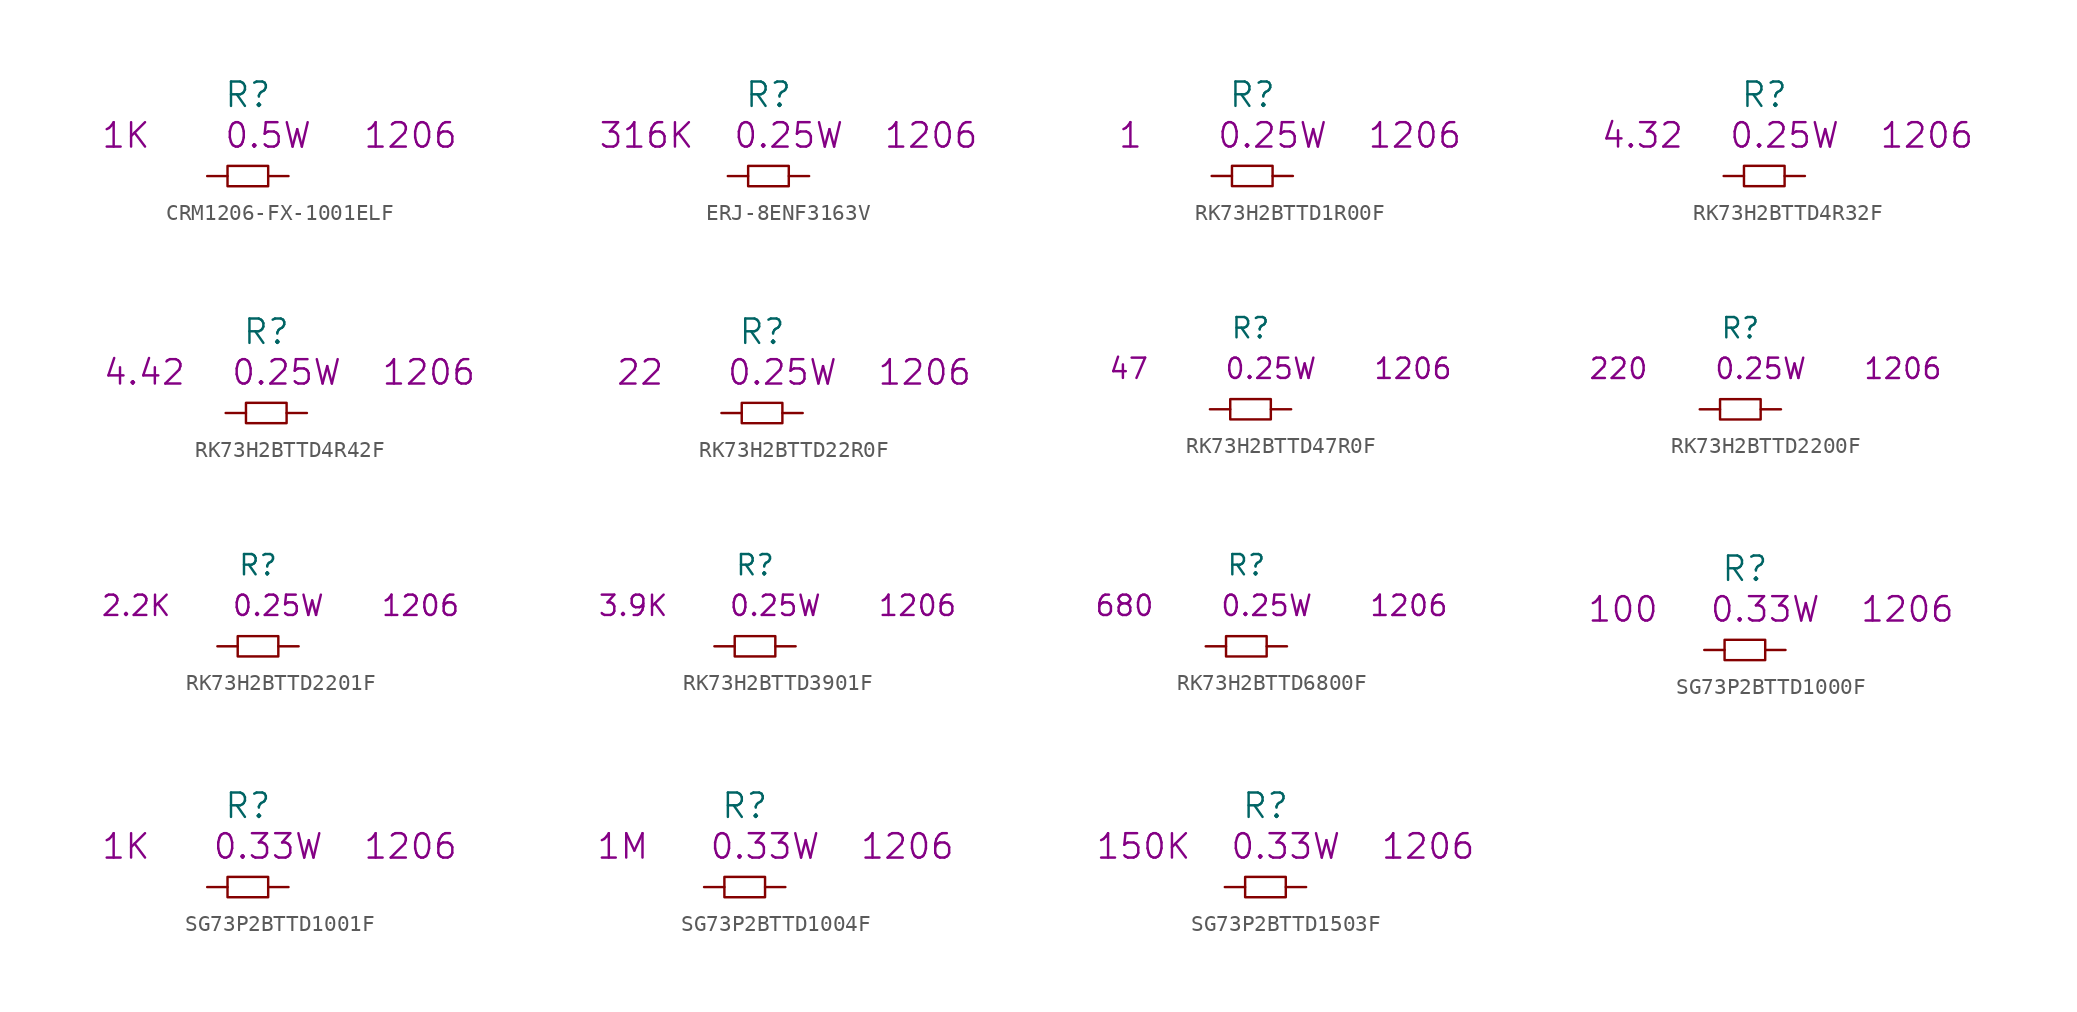
<source format=kicad_sym>
(kicad_symbol_lib
  (version 20220914)
  (generator kicad_symbol_editor)
  (symbol "CRM1206-FX-1001ELF"
    (pin_numbers hide)
    (pin_names
      (offset 1.016) hide)
    (property "Reference" "R"
      (at 0 5.08 0)
      (effects (font (size 1.524 1.524))))
    (property "Datasheet" ""
      (at 0 5.08 0)
      (effects (font (size 1.524 1.524))))
    (property "Value2" "1K"
      (at -7.62 2.54 0)
      (effects (font (size 1.524 1.524))))
    (property "Size" "1206"
      (at 10.16 2.54 0)
      (effects (font (size 1.524 1.524))))
    (property "Rating" "0.5W"
      (at 1.27 2.54 0)
      (effects (font (size 1.524 1.524))))
    (symbol "CRM1206-FX-1001ELF_0_1"
      (rectangle (start -1.27 0.635) (end 1.27 -0.635) (stroke (width 0) (type solid)) (fill (type none))))
    (symbol "CRM1206-FX-1001ELF_1_1"
      (pin passive line (at -2.54 0 0) (length 1.27) (name "1" (effects (font (size 1.27 1.27)))) (number "1" (effects (font (size 1.27 1.27)))))
      (pin passive line (at 2.54 0 180) (length 1.27) (name "2" (effects (font (size 1.27 1.27)))) (number "2" (effects (font (size 1.27 1.27)))))))
  (symbol "ERJ-8ENF3163V"
    (pin_numbers hide)
    (pin_names
      (offset 1.016) hide)
    (property "Reference" "R"
      (at 0 5.08 0)
      (effects (font (size 1.524 1.524))))
    (property "Datasheet" ""
      (at 0 5.08 0)
      (effects (font (size 1.524 1.524))))
    (property "Value2" "316K"
      (at -7.62 2.54 0)
      (effects (font (size 1.524 1.524))))
    (property "Size" "1206"
      (at 10.16 2.54 0)
      (effects (font (size 1.524 1.524))))
    (property "Rating" "0.25W"
      (at 1.27 2.54 0)
      (effects (font (size 1.524 1.524))))
    (symbol "ERJ-8ENF3163V_0_1"
      (rectangle (start -1.27 0.635) (end 1.27 -0.635) (stroke (width 0) (type solid)) (fill (type none))))
    (symbol "ERJ-8ENF3163V_1_1"
      (pin passive line (at -2.54 0 0) (length 1.27) (name "1" (effects (font (size 1.27 1.27)))) (number "1" (effects (font (size 1.27 1.27)))))
      (pin passive line (at 2.54 0 180) (length 1.27) (name "2" (effects (font (size 1.27 1.27)))) (number "2" (effects (font (size 1.27 1.27)))))))
  (symbol "RK73H2BTTD1R00F"
    (pin_numbers hide)
    (pin_names
      (offset 1.016) hide)
    (property "Reference" "R"
      (at 0 5.08 0)
      (effects (font (size 1.524 1.524))))
    (property "Datasheet" ""
      (at 0 5.08 0)
      (effects (font (size 1.524 1.524))))
    (property "Value2" "1"
      (at -7.62 2.54 0)
      (effects (font (size 1.524 1.524))))
    (property "Size" "1206"
      (at 10.16 2.54 0)
      (effects (font (size 1.524 1.524))))
    (property "Rating" "0.25W"
      (at 1.27 2.54 0)
      (effects (font (size 1.524 1.524))))
    (symbol "RK73H2BTTD1R00F_0_1"
      (rectangle (start -1.27 0.635) (end 1.27 -0.635) (stroke (width 0) (type solid)) (fill (type none))))
    (symbol "RK73H2BTTD1R00F_1_1"
      (pin passive line (at -2.54 0 0) (length 1.27) (name "1" (effects (font (size 1.27 1.27)))) (number "1" (effects (font (size 1.27 1.27)))))
      (pin passive line (at 2.54 0 180) (length 1.27) (name "2" (effects (font (size 1.27 1.27)))) (number "2" (effects (font (size 1.27 1.27)))))))
  (symbol "RK73H2BTTD4R32F"
    (pin_numbers hide)
    (pin_names
      (offset 1.016) hide)
    (property "Reference" "R"
      (at 0 5.08 0)
      (effects (font (size 1.524 1.524))))
    (property "Datasheet" ""
      (at 0 5.08 0)
      (effects (font (size 1.524 1.524))))
    (property "Value2" "4.32"
      (at -7.62 2.54 0)
      (effects (font (size 1.524 1.524))))
    (property "Size" "1206"
      (at 10.16 2.54 0)
      (effects (font (size 1.524 1.524))))
    (property "Rating" "0.25W"
      (at 1.27 2.54 0)
      (effects (font (size 1.524 1.524))))
    (symbol "RK73H2BTTD4R32F_0_1"
      (rectangle (start -1.27 0.635) (end 1.27 -0.635) (stroke (width 0) (type solid)) (fill (type none))))
    (symbol "RK73H2BTTD4R32F_1_1"
      (pin passive line (at -2.54 0 0) (length 1.27) (name "1" (effects (font (size 1.27 1.27)))) (number "1" (effects (font (size 1.27 1.27)))))
      (pin passive line (at 2.54 0 180) (length 1.27) (name "2" (effects (font (size 1.27 1.27)))) (number "2" (effects (font (size 1.27 1.27)))))))
  (symbol "RK73H2BTTD4R42F"
    (pin_numbers hide)
    (pin_names
      (offset 1.016) hide)
    (property "Reference" "R"
      (at 0 5.08 0)
      (effects (font (size 1.524 1.524))))
    (property "Datasheet" ""
      (at 0 5.08 0)
      (effects (font (size 1.524 1.524))))
    (property "Value2" "4.42"
      (at -7.62 2.54 0)
      (effects (font (size 1.524 1.524))))
    (property "Size" "1206"
      (at 10.16 2.54 0)
      (effects (font (size 1.524 1.524))))
    (property "Rating" "0.25W"
      (at 1.27 2.54 0)
      (effects (font (size 1.524 1.524))))
    (symbol "RK73H2BTTD4R42F_0_1"
      (rectangle (start -1.27 0.635) (end 1.27 -0.635) (stroke (width 0) (type solid)) (fill (type none))))
    (symbol "RK73H2BTTD4R42F_1_1"
      (pin passive line (at -2.54 0 0) (length 1.27) (name "1" (effects (font (size 1.27 1.27)))) (number "1" (effects (font (size 1.27 1.27)))))
      (pin passive line (at 2.54 0 180) (length 1.27) (name "2" (effects (font (size 1.27 1.27)))) (number "2" (effects (font (size 1.27 1.27)))))))
  (symbol "RK73H2BTTD22R0F"
    (pin_numbers hide)
    (pin_names
      (offset 1.016) hide)
    (property "Reference" "R"
      (at 0 5.08 0)
      (effects (font (size 1.524 1.524))))
    (property "Datasheet" ""
      (at 0 5.08 0)
      (effects (font (size 1.524 1.524))))
    (property "Value2" "22"
      (at -7.62 2.54 0)
      (effects (font (size 1.524 1.524))))
    (property "Size" "1206"
      (at 10.16 2.54 0)
      (effects (font (size 1.524 1.524))))
    (property "Rating" "0.25W"
      (at 1.27 2.54 0)
      (effects (font (size 1.524 1.524))))
    (symbol "RK73H2BTTD22R0F_0_1"
      (rectangle (start -1.27 0.635) (end 1.27 -0.635) (stroke (width 0) (type solid)) (fill (type none))))
    (symbol "RK73H2BTTD22R0F_1_1"
      (pin passive line (at -2.54 0 0) (length 1.27) (name "1" (effects (font (size 1.27 1.27)))) (number "1" (effects (font (size 1.27 1.27)))))
      (pin passive line (at 2.54 0 180) (length 1.27) (name "2" (effects (font (size 1.27 1.27)))) (number "2" (effects (font (size 1.27 1.27)))))))
  (symbol "RK73H2BTTD47R0F"
    (pin_numbers hide)
    (pin_names
      (offset 1.016) hide)
    (property "Reference" "R"
      (at 0 5.08 0)
      (effects (font (size 1.27 1.27))))
    (property "Value2" "47"
      (at -7.62 2.54 0)
      (effects (font (size 1.27 1.27))))
    (property "Size" "1206"
      (at 10.16 2.54 0)
      (effects (font (size 1.27 1.27))))
    (property "Rating" "0.25W"
      (at 1.27 2.54 0)
      (effects (font (size 1.27 1.27))))
    (symbol "RK73H2BTTD47R0F_0_1"
      (rectangle (start -1.27 0.635) (end 1.27 -0.635) (stroke (width 0) (type solid)) (fill (type none))))
    (symbol "RK73H2BTTD47R0F_1_1"
      (pin passive line (at -2.54 0 0) (length 1.27) (name "1" (effects (font (size 1.27 1.27)))) (number "1" (effects (font (size 1.27 1.27)))))
      (pin passive line (at 2.54 0 180) (length 1.27) (name "2" (effects (font (size 1.27 1.27)))) (number "2" (effects (font (size 1.27 1.27)))))))
  (symbol "RK73H2BTTD2200F"
    (pin_numbers hide)
    (pin_names
      (offset 1.016) hide)
    (property "Reference" "R"
      (at 0 5.08 0)
      (effects (font (size 1.27 1.27))))
    (property "Value2" "220"
      (at -7.62 2.54 0)
      (effects (font (size 1.27 1.27))))
    (property "Size" "1206"
      (at 10.16 2.54 0)
      (effects (font (size 1.27 1.27))))
    (property "Rating" "0.25W"
      (at 1.27 2.54 0)
      (effects (font (size 1.27 1.27))))
    (symbol "RK73H2BTTD2200F_0_1"
      (rectangle (start -1.27 0.635) (end 1.27 -0.635) (stroke (width 0) (type solid)) (fill (type none))))
    (symbol "RK73H2BTTD2200F_1_1"
      (pin passive line (at -2.54 0 0) (length 1.27) (name "1" (effects (font (size 1.27 1.27)))) (number "1" (effects (font (size 1.27 1.27)))))
      (pin passive line (at 2.54 0 180) (length 1.27) (name "2" (effects (font (size 1.27 1.27)))) (number "2" (effects (font (size 1.27 1.27)))))))
  (symbol "RK73H2BTTD2201F"
    (pin_numbers hide)
    (pin_names
      (offset 1.016) hide)
    (property "Reference" "R"
      (at 0 5.08 0)
      (effects (font (size 1.27 1.27))))
    (property "Value2" "2.2K"
      (at -7.62 2.54 0)
      (effects (font (size 1.27 1.27))))
    (property "Size" "1206"
      (at 10.16 2.54 0)
      (effects (font (size 1.27 1.27))))
    (property "Rating" "0.25W"
      (at 1.27 2.54 0)
      (effects (font (size 1.27 1.27))))
    (symbol "RK73H2BTTD2201F_0_1"
      (rectangle (start -1.27 0.635) (end 1.27 -0.635) (stroke (width 0) (type solid)) (fill (type none))))
    (symbol "RK73H2BTTD2201F_1_1"
      (pin passive line (at -2.54 0 0) (length 1.27) (name "1" (effects (font (size 1.27 1.27)))) (number "1" (effects (font (size 1.27 1.27)))))
      (pin passive line (at 2.54 0 180) (length 1.27) (name "2" (effects (font (size 1.27 1.27)))) (number "2" (effects (font (size 1.27 1.27)))))))
  (symbol "RK73H2BTTD3901F"
    (pin_numbers hide)
    (pin_names
      (offset 1.016) hide)
    (property "Reference" "R"
      (at 0 5.08 0)
      (effects (font (size 1.27 1.27))))
    (property "Value2" "3.9K"
      (at -7.62 2.54 0)
      (effects (font (size 1.27 1.27))))
    (property "Size" "1206"
      (at 10.16 2.54 0)
      (effects (font (size 1.27 1.27))))
    (property "Rating" "0.25W"
      (at 1.27 2.54 0)
      (effects (font (size 1.27 1.27))))
    (symbol "RK73H2BTTD3901F_0_1"
      (rectangle (start -1.27 0.635) (end 1.27 -0.635) (stroke (width 0) (type solid)) (fill (type none))))
    (symbol "RK73H2BTTD3901F_1_1"
      (pin passive line (at -2.54 0 0) (length 1.27) (name "1" (effects (font (size 1.27 1.27)))) (number "1" (effects (font (size 1.27 1.27)))))
      (pin passive line (at 2.54 0 180) (length 1.27) (name "2" (effects (font (size 1.27 1.27)))) (number "2" (effects (font (size 1.27 1.27)))))))
  (symbol "RK73H2BTTD6800F"
    (pin_numbers hide)
    (pin_names
      (offset 1.016) hide)
    (property "Reference" "R"
      (at 0 5.08 0)
      (effects (font (size 1.27 1.27))))
    (property "Value2" "680"
      (at -7.62 2.54 0)
      (effects (font (size 1.27 1.27))))
    (property "Size" "1206"
      (at 10.16 2.54 0)
      (effects (font (size 1.27 1.27))))
    (property "Rating" "0.25W"
      (at 1.27 2.54 0)
      (effects (font (size 1.27 1.27))))
    (symbol "RK73H2BTTD6800F_0_1"
      (rectangle (start -1.27 0.635) (end 1.27 -0.635) (stroke (width 0) (type solid)) (fill (type none))))
    (symbol "RK73H2BTTD6800F_1_1"
      (pin passive line (at -2.54 0 0) (length 1.27) (name "1" (effects (font (size 1.27 1.27)))) (number "1" (effects (font (size 1.27 1.27)))))
      (pin passive line (at 2.54 0 180) (length 1.27) (name "2" (effects (font (size 1.27 1.27)))) (number "2" (effects (font (size 1.27 1.27)))))))
  (symbol "SG73P2BTTD1000F"
    (pin_numbers hide)
    (pin_names
      (offset 1.016) hide)
    (property "Reference" "R"
      (at 0 5.08 0)
      (effects (font (size 1.524 1.524))))
    (property "Value2" "100"
      (at -7.62 2.54 0)
      (effects (font (size 1.524 1.524))))
    (property "Size" "1206"
      (at 10.16 2.54 0)
      (effects (font (size 1.524 1.524))))
    (property "Rating" "0.33W"
      (at 1.27 2.54 0)
      (effects (font (size 1.524 1.524))))
    (symbol "SG73P2BTTD1000F_0_1"
      (rectangle (start -1.27 0.635) (end 1.27 -0.635) (stroke (width 0) (type solid)) (fill (type none))))
    (symbol "SG73P2BTTD1000F_1_1"
      (pin passive line (at -2.54 0 0) (length 1.27) (name "1" (effects (font (size 1.27 1.27)))) (number "1" (effects (font (size 1.27 1.27)))))
      (pin passive line (at 2.54 0 180) (length 1.27) (name "2" (effects (font (size 1.27 1.27)))) (number "2" (effects (font (size 1.27 1.27)))))))
  (symbol "SG73P2BTTD1001F"
    (pin_numbers hide)
    (pin_names
      (offset 1.016) hide)
    (property "Reference" "R"
      (at 0 5.08 0)
      (effects (font (size 1.524 1.524))))
    (property "Datasheet" ""
      (at 0 5.08 0)
      (effects (font (size 1.524 1.524))))
    (property "Value2" "1K"
      (at -7.62 2.54 0)
      (effects (font (size 1.524 1.524))))
    (property "Size" "1206"
      (at 10.16 2.54 0)
      (effects (font (size 1.524 1.524))))
    (property "Rating" "0.33W"
      (at 1.27 2.54 0)
      (effects (font (size 1.524 1.524))))
    (symbol "SG73P2BTTD1001F_0_1"
      (rectangle (start -1.27 0.635) (end 1.27 -0.635) (stroke (width 0) (type solid)) (fill (type none))))
    (symbol "SG73P2BTTD1001F_1_1"
      (pin passive line (at -2.54 0 0) (length 1.27) (name "1" (effects (font (size 1.27 1.27)))) (number "1" (effects (font (size 1.27 1.27)))))
      (pin passive line (at 2.54 0 180) (length 1.27) (name "2" (effects (font (size 1.27 1.27)))) (number "2" (effects (font (size 1.27 1.27)))))))
  (symbol "SG73P2BTTD1004F"
    (pin_numbers hide)
    (pin_names
      (offset 1.016) hide)
    (property "Reference" "R"
      (at 0 5.08 0)
      (effects (font (size 1.524 1.524))))
    (property "Datasheet" ""
      (at 0 5.08 0)
      (effects (font (size 1.524 1.524))))
    (property "Value2" "1M"
      (at -7.62 2.54 0)
      (effects (font (size 1.524 1.524))))
    (property "Size" "1206"
      (at 10.16 2.54 0)
      (effects (font (size 1.524 1.524))))
    (property "Rating" "0.33W"
      (at 1.27 2.54 0)
      (effects (font (size 1.524 1.524))))
    (symbol "SG73P2BTTD1004F_0_1"
      (rectangle (start -1.27 0.635) (end 1.27 -0.635) (stroke (width 0) (type solid)) (fill (type none))))
    (symbol "SG73P2BTTD1004F_1_1"
      (pin passive line (at -2.54 0 0) (length 1.27) (name "1" (effects (font (size 1.27 1.27)))) (number "1" (effects (font (size 1.27 1.27)))))
      (pin passive line (at 2.54 0 180) (length 1.27) (name "2" (effects (font (size 1.27 1.27)))) (number "2" (effects (font (size 1.27 1.27)))))))
  (symbol "SG73P2BTTD1503F"
    (pin_numbers hide)
    (pin_names
      (offset 1.016) hide)
    (property "Reference" "R"
      (at 0 5.08 0)
      (effects (font (size 1.524 1.524))))
    (property "Datasheet" ""
      (at 0 5.08 0)
      (effects (font (size 1.524 1.524))))
    (property "Value2" "150K"
      (at -7.62 2.54 0)
      (effects (font (size 1.524 1.524))))
    (property "Size" "1206"
      (at 10.16 2.54 0)
      (effects (font (size 1.524 1.524))))
    (property "Rating" "0.33W"
      (at 1.27 2.54 0)
      (effects (font (size 1.524 1.524))))
    (symbol "SG73P2BTTD1503F_0_1"
      (rectangle (start -1.27 0.635) (end 1.27 -0.635) (stroke (width 0) (type solid)) (fill (type none))))
    (symbol "SG73P2BTTD1503F_1_1"
      (pin passive line (at -2.54 0 0) (length 1.27) (name "1" (effects (font (size 1.27 1.27)))) (number "1" (effects (font (size 1.27 1.27)))))
      (pin passive line (at 2.54 0 180) (length 1.27) (name "2" (effects (font (size 1.27 1.27)))) (number "2" (effects (font (size 1.27 1.27))))))))
</source>
